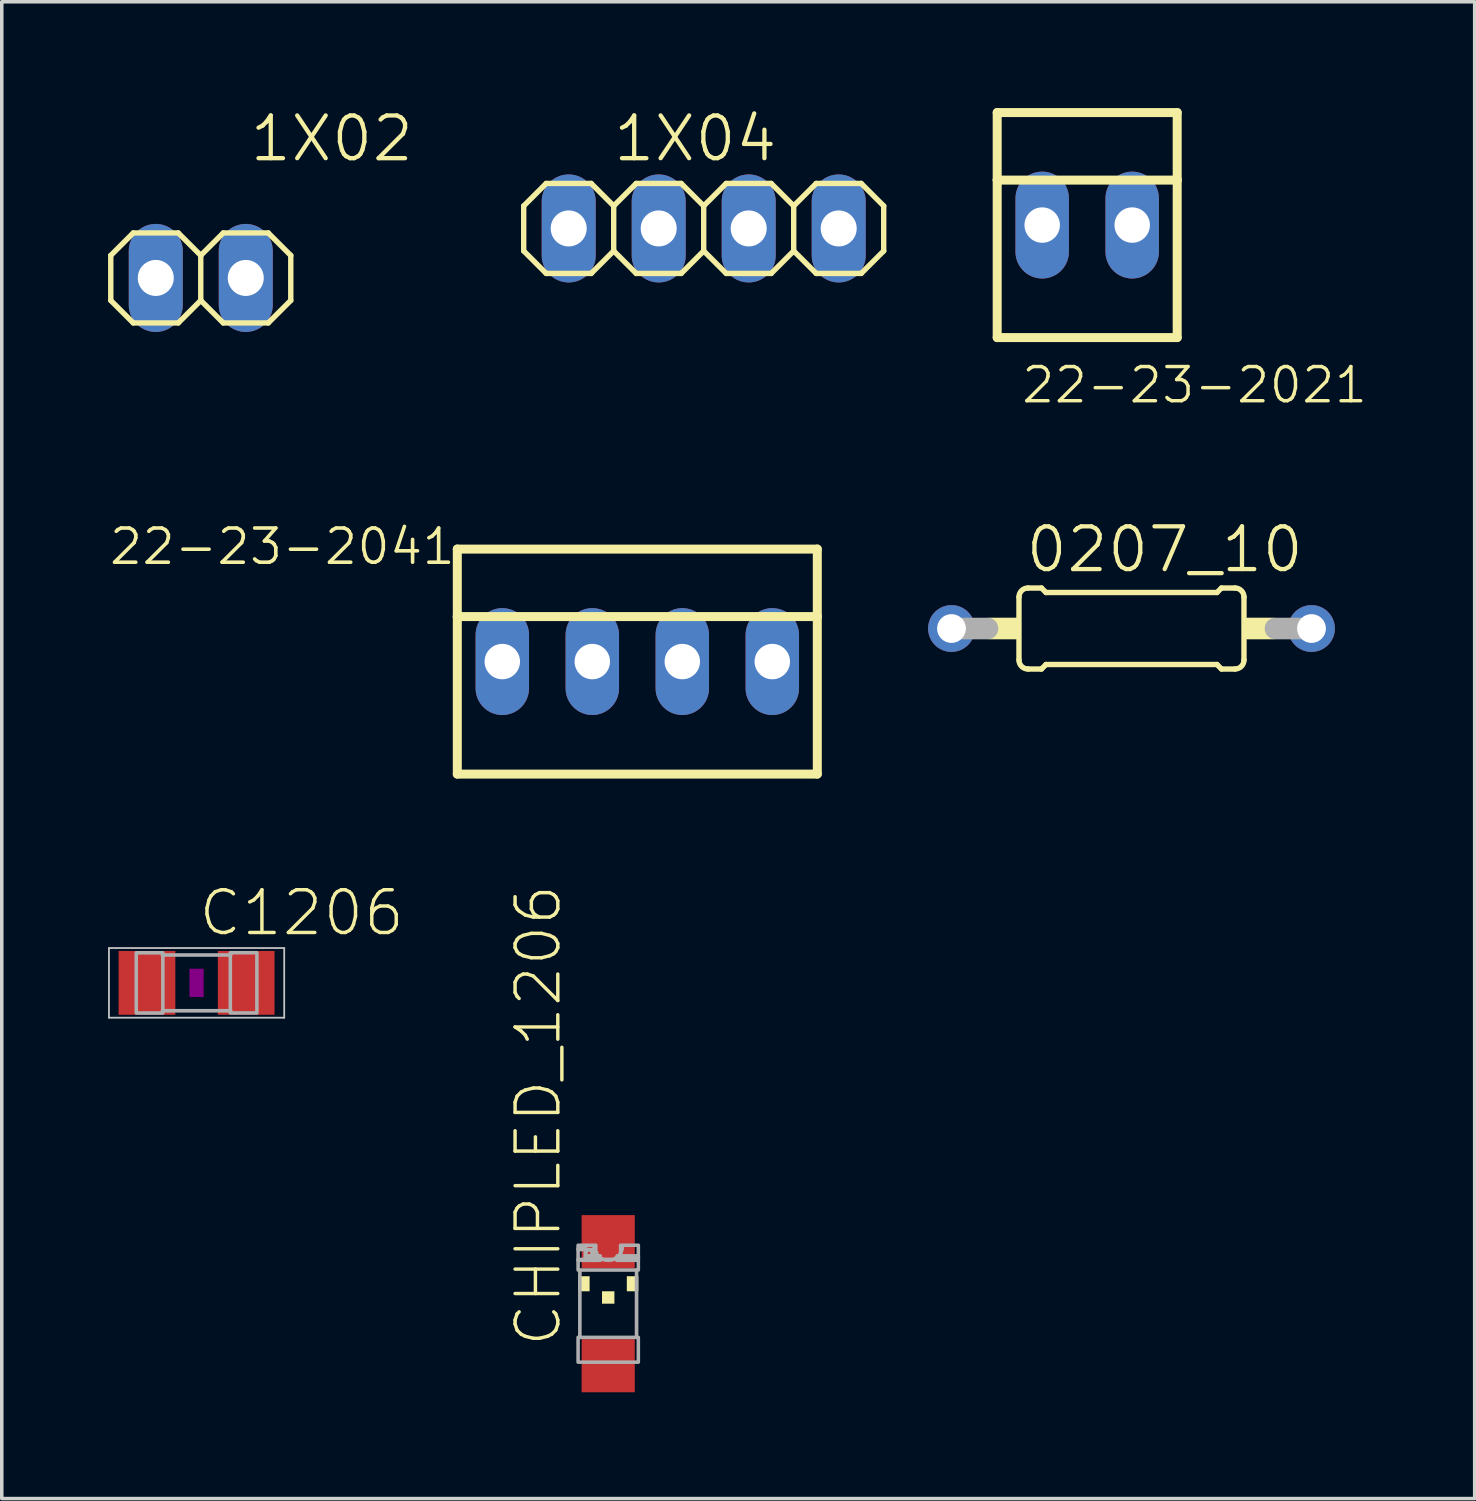
<source format=kicad_pcb>
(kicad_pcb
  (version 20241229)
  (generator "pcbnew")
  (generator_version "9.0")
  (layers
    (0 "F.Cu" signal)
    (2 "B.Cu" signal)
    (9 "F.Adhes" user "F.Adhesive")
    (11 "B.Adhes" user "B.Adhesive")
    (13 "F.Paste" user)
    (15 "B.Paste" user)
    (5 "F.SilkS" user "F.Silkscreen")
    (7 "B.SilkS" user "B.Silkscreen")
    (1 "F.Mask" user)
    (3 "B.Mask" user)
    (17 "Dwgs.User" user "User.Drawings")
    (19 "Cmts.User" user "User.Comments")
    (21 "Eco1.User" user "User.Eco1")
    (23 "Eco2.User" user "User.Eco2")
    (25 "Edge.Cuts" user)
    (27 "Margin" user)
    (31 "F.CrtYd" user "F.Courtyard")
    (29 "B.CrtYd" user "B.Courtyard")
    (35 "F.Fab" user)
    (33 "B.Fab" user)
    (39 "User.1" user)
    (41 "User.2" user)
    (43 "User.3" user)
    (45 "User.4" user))
  (footprint "CHIPLED_1206"
    (layer "F.Cu")
    (at 14.115 33.743)
    (property "Reference" "CHIPLED_1206" (at -1.27 1.27 90) (layer "F.SilkS") (effects (font (size 1.206 1.206) (thickness 0.097)) (justify left bottom)))
    (attr through_hole)
    (fp_poly (pts (xy -0.85 -0.35) (xy -0.525 -0.35) (xy -0.525 -0.775) (xy -0.85 -0.775)) (stroke (width 0) (type solid)) (fill yes) (layer "F.SilkS"))
    (fp_poly (pts (xy -0.175 0) (xy 0.175 0) (xy 0.175 -0.35) (xy -0.175 -0.35)) (stroke (width 0) (type solid)) (fill yes) (layer "F.SilkS"))
    (fp_poly (pts (xy 0.525 -0.35) (xy 0.85 -0.35) (xy 0.85 -0.775) (xy 0.525 -0.775)) (stroke (width 0) (type solid)) (fill yes) (layer "F.SilkS"))
    (fp_line (start -0.8 0.95) (end -0.8 -0.95) (stroke (width 0.102) (type solid)) (layer "F.Fab"))
    (fp_line (start 0.8 -0.95) (end 0.8 0.95) (stroke (width 0.102) (type solid)) (layer "F.Fab"))
    (fp_arc (start 0.4 -1.599998) (mid -0.000001 -1.224968) (end -0.4 -1.6) (stroke (width 0.1016) (type solid)) (layer "F.Fab"))
    (fp_circle (center -0.55 -1.425) (end -0.45 -1.425) (stroke (width 0.102) (type solid)) (fill no) (layer "F.Fab"))
    (fp_poly (pts (xy -0.85 -1.525) (xy -0.35 -1.525) (xy -0.35 -1.65) (xy -0.85 -1.65)) (stroke (width 0.1) (type solid)) (fill no) (layer "F.Fab"))
    (fp_poly (pts (xy -0.85 -1.225) (xy -0.625 -1.225) (xy -0.625 -1.55) (xy -0.85 -1.55)) (stroke (width 0.1) (type solid)) (fill no) (layer "F.Fab"))
    (fp_poly (pts (xy -0.85 -0.95) (xy 0.85 -0.95) (xy 0.85 -1.25) (xy -0.85 -1.25)) (stroke (width 0.1) (type solid)) (fill no) (layer "F.Fab"))
    (fp_poly (pts (xy -0.85 1.65) (xy 0.85 1.65) (xy 0.85 0.95) (xy -0.85 0.95)) (stroke (width 0.1) (type solid)) (fill no) (layer "F.Fab"))
    (fp_poly (pts (xy -0.65 -1.225) (xy -0.225 -1.225) (xy -0.225 -1.35) (xy -0.65 -1.35)) (stroke (width 0.1) (type solid)) (fill no) (layer "F.Fab"))
    (fp_poly (pts (xy -0.45 -1.225) (xy -0.325 -1.225) (xy -0.325 -1.45) (xy -0.45 -1.45)) (stroke (width 0.1) (type solid)) (fill no) (layer "F.Fab"))
    (fp_poly (pts (xy 0.25 -1.225) (xy 0.85 -1.225) (xy 0.85 -1.35) (xy 0.25 -1.35)) (stroke (width 0.1) (type solid)) (fill no) (layer "F.Fab"))
    (fp_poly (pts (xy 0.35 -1.3) (xy 0.85 -1.3) (xy 0.85 -1.65) (xy 0.35 -1.65)) (stroke (width 0.1) (type solid)) (fill no) (layer "F.Fab"))
    (pad "A" smd rect (at 0 1.75) (size 1.5 1.5) (layers "F.Cu" "F.Mask" "F.Paste"))
    (pad "C" smd rect (at 0 -1.75) (size 1.5 1.5) (layers "F.Cu" "F.Mask" "F.Paste")))
  (footprint "1X04"
    (layer "F.Cu")
    (at 16.81 3.397)
    (property "Reference" "1X04" (at -2.616 -1.829 0) (layer "F.SilkS") (effects (font (size 1.206 1.206) (thickness 0.121)) (justify left bottom)))
    (attr through_hole)
    (fp_line (start -5.08 -0.635) (end -5.08 0.635) (stroke (width 0.152) (type solid)) (layer "F.SilkS"))
    (fp_line (start -5.08 0.635) (end -4.445 1.27) (stroke (width 0.152) (type solid)) (layer "F.SilkS"))
    (fp_line (start -4.445 -1.27) (end -5.08 -0.635) (stroke (width 0.152) (type solid)) (layer "F.SilkS"))
    (fp_line (start -4.445 -1.27) (end -3.175 -1.27) (stroke (width 0.152) (type solid)) (layer "F.SilkS"))
    (fp_line (start -3.175 -1.27) (end -2.54 -0.635) (stroke (width 0.152) (type solid)) (layer "F.SilkS"))
    (fp_line (start -3.175 1.27) (end -4.445 1.27) (stroke (width 0.152) (type solid)) (layer "F.SilkS"))
    (fp_line (start -2.54 -0.635) (end -2.54 0.635) (stroke (width 0.152) (type solid)) (layer "F.SilkS"))
    (fp_line (start -2.54 -0.635) (end -1.905 -1.27) (stroke (width 0.152) (type solid)) (layer "F.SilkS"))
    (fp_line (start -2.54 0.635) (end -3.175 1.27) (stroke (width 0.152) (type solid)) (layer "F.SilkS"))
    (fp_line (start -1.905 -1.27) (end -0.635 -1.27) (stroke (width 0.152) (type solid)) (layer "F.SilkS"))
    (fp_line (start -1.905 1.27) (end -2.54 0.635) (stroke (width 0.152) (type solid)) (layer "F.SilkS"))
    (fp_line (start -0.635 -1.27) (end 0 -0.635) (stroke (width 0.152) (type solid)) (layer "F.SilkS"))
    (fp_line (start -0.635 1.27) (end -1.905 1.27) (stroke (width 0.152) (type solid)) (layer "F.SilkS"))
    (fp_line (start 0 -0.635) (end 0 0.635) (stroke (width 0.152) (type solid)) (layer "F.SilkS"))
    (fp_line (start 0 -0.635) (end 0.635 -1.27) (stroke (width 0.152) (type solid)) (layer "F.SilkS"))
    (fp_line (start 0 0.635) (end -0.635 1.27) (stroke (width 0.152) (type solid)) (layer "F.SilkS"))
    (fp_line (start 0.635 -1.27) (end 1.905 -1.27) (stroke (width 0.152) (type solid)) (layer "F.SilkS"))
    (fp_line (start 0.635 1.27) (end 0 0.635) (stroke (width 0.152) (type solid)) (layer "F.SilkS"))
    (fp_line (start 1.905 -1.27) (end 2.54 -0.635) (stroke (width 0.152) (type solid)) (layer "F.SilkS"))
    (fp_line (start 1.905 1.27) (end 0.635 1.27) (stroke (width 0.152) (type solid)) (layer "F.SilkS"))
    (fp_line (start 2.54 -0.635) (end 2.54 0.635) (stroke (width 0.152) (type solid)) (layer "F.SilkS"))
    (fp_line (start 2.54 0.635) (end 1.905 1.27) (stroke (width 0.152) (type solid)) (layer "F.SilkS"))
    (fp_line (start 2.54 0.635) (end 3.175 1.27) (stroke (width 0.152) (type solid)) (layer "F.SilkS"))
    (fp_line (start 3.175 -1.27) (end 2.54 -0.635) (stroke (width 0.152) (type solid)) (layer "F.SilkS"))
    (fp_line (start 3.175 -1.27) (end 4.445 -1.27) (stroke (width 0.152) (type solid)) (layer "F.SilkS"))
    (fp_line (start 4.445 -1.27) (end 5.08 -0.635) (stroke (width 0.152) (type solid)) (layer "F.SilkS"))
    (fp_line (start 4.445 1.27) (end 3.175 1.27) (stroke (width 0.152) (type solid)) (layer "F.SilkS"))
    (fp_line (start 5.08 -0.635) (end 5.08 0.635) (stroke (width 0.152) (type solid)) (layer "F.SilkS"))
    (fp_line (start 5.08 0.635) (end 4.445 1.27) (stroke (width 0.152) (type solid)) (layer "F.SilkS"))
    (fp_poly (pts (xy -4.064 0.254) (xy -3.556 0.254) (xy -3.556 -0.254) (xy -4.064 -0.254)) (stroke (width 0.1) (type solid)) (fill no) (layer "F.Fab"))
    (fp_poly (pts (xy -1.524 0.254) (xy -1.016 0.254) (xy -1.016 -0.254) (xy -1.524 -0.254)) (stroke (width 0.1) (type solid)) (fill no) (layer "F.Fab"))
    (fp_poly (pts (xy 1.016 0.254) (xy 1.524 0.254) (xy 1.524 -0.254) (xy 1.016 -0.254)) (stroke (width 0.1) (type solid)) (fill no) (layer "F.Fab"))
    (fp_poly (pts (xy 3.556 0.254) (xy 4.064 0.254) (xy 4.064 -0.254) (xy 3.556 -0.254)) (stroke (width 0.1) (type solid)) (fill no) (layer "F.Fab"))
    (pad "1" thru_hole oval (at -3.81 0 90) (size 3.048 1.524) (drill 1.016) (layers "*.Cu" "*.Mask"))
    (pad "2" thru_hole oval (at -1.27 0 90) (size 3.048 1.524) (drill 1.016) (layers "*.Cu" "*.Mask"))
    (pad "3" thru_hole oval (at 1.27 0 90) (size 3.048 1.524) (drill 1.016) (layers "*.Cu" "*.Mask"))
    (pad "4" thru_hole oval (at 3.81 0 90) (size 3.048 1.524) (drill 1.016) (layers "*.Cu" "*.Mask")))
  (footprint "22-23-2041"
    (layer "F.Cu")
    (at 14.936 15.621)
    (property "Reference" "22-23-2041" (at -5.08 -3.81 0) (layer "F.SilkS") (effects (font (size 0.965 0.965) (thickness 0.102)) (justify right top)))
    (attr through_hole)
    (fp_line (start -5.08 -3.175) (end 5.08 -3.175) (stroke (width 0.254) (type solid)) (layer "F.SilkS"))
    (fp_line (start -5.08 -1.27) (end -5.08 -3.175) (stroke (width 0.254) (type solid)) (layer "F.SilkS"))
    (fp_line (start -5.08 -1.27) (end 5.08 -1.27) (stroke (width 0.254) (type solid)) (layer "F.SilkS"))
    (fp_line (start -5.08 3.175) (end -5.08 -1.27) (stroke (width 0.254) (type solid)) (layer "F.SilkS"))
    (fp_line (start 5.08 -3.175) (end 5.08 -1.27) (stroke (width 0.254) (type solid)) (layer "F.SilkS"))
    (fp_line (start 5.08 -1.27) (end 5.08 3.175) (stroke (width 0.254) (type solid)) (layer "F.SilkS"))
    (fp_line (start 5.08 3.175) (end -5.08 3.175) (stroke (width 0.254) (type solid)) (layer "F.SilkS"))
    (pad "1" thru_hole oval (at -3.81 0 90) (size 3.016 1.508) (drill 1) (layers "*.Cu" "*.Mask"))
    (pad "2" thru_hole oval (at -1.27 0 90) (size 3.016 1.508) (drill 1) (layers "*.Cu" "*.Mask"))
    (pad "3" thru_hole oval (at 1.27 0 90) (size 3.016 1.508) (drill 1) (layers "*.Cu" "*.Mask"))
    (pad "4" thru_hole oval (at 3.81 0 90) (size 3.016 1.508) (drill 1) (layers "*.Cu" "*.Mask")))
  (footprint "0207_10"
    (layer "F.Cu")
    (at 28.883 14.688)
    (property "Reference" "0207_10" (at -3.048 -1.524 0) (layer "F.SilkS") (effects (font (size 1.206 1.206) (thickness 0.121)) (justify left bottom)))
    (attr through_hole)
    (fp_line (start -3.175 0.889) (end -3.175 -0.889) (stroke (width 0.152) (type solid)) (layer "F.SilkS"))
    (fp_line (start -2.921 -1.143) (end -2.54 -1.143) (stroke (width 0.152) (type solid)) (layer "F.SilkS"))
    (fp_line (start -2.921 1.143) (end -2.54 1.143) (stroke (width 0.152) (type solid)) (layer "F.SilkS"))
    (fp_line (start -2.413 -1.016) (end -2.54 -1.143) (stroke (width 0.152) (type solid)) (layer "F.SilkS"))
    (fp_line (start -2.413 1.016) (end -2.54 1.143) (stroke (width 0.152) (type solid)) (layer "F.SilkS"))
    (fp_line (start 2.413 -1.016) (end -2.413 -1.016) (stroke (width 0.152) (type solid)) (layer "F.SilkS"))
    (fp_line (start 2.413 -1.016) (end 2.54 -1.143) (stroke (width 0.152) (type solid)) (layer "F.SilkS"))
    (fp_line (start 2.413 1.016) (end -2.413 1.016) (stroke (width 0.152) (type solid)) (layer "F.SilkS"))
    (fp_line (start 2.413 1.016) (end 2.54 1.143) (stroke (width 0.152) (type solid)) (layer "F.SilkS"))
    (fp_line (start 2.921 -1.143) (end 2.54 -1.143) (stroke (width 0.152) (type solid)) (layer "F.SilkS"))
    (fp_line (start 2.921 1.143) (end 2.54 1.143) (stroke (width 0.152) (type solid)) (layer "F.SilkS"))
    (fp_line (start 3.175 0.889) (end 3.175 -0.889) (stroke (width 0.152) (type solid)) (layer "F.SilkS"))
    (fp_arc (start -3.175 -0.889) (mid -3.100605 -1.068605) (end -2.921 -1.143) (stroke (width 0.1524) (type solid)) (layer "F.SilkS"))
    (fp_arc (start -2.921 1.143) (mid -3.100605 1.068605) (end -3.175 0.889) (stroke (width 0.1524) (type solid)) (layer "F.SilkS"))
    (fp_arc (start 2.921 -1.143) (mid 3.100605 -1.068605) (end 3.175 -0.889) (stroke (width 0.1524) (type solid)) (layer "F.SilkS"))
    (fp_arc (start 3.175 0.889) (mid 3.100605 1.068605) (end 2.921 1.143) (stroke (width 0.1524) (type solid)) (layer "F.SilkS"))
    (fp_poly (pts (xy -4.039 0.305) (xy -3.175 0.305) (xy -3.175 -0.305) (xy -4.039 -0.305)) (stroke (width 0) (type solid)) (fill yes) (layer "F.SilkS"))
    (fp_poly (pts (xy 3.175 0.305) (xy 4.039 0.305) (xy 4.039 -0.305) (xy 3.175 -0.305)) (stroke (width 0) (type solid)) (fill yes) (layer "F.SilkS"))
    (fp_line (start -5.08 0) (end -4.064 0) (stroke (width 0.61) (type solid)) (layer "F.Fab"))
    (fp_line (start 5.08 0) (end 4.064 0) (stroke (width 0.61) (type solid)) (layer "F.Fab"))
    (pad "1" thru_hole circle (at -5.08 0) (size 1.321 1.321) (drill 0.813) (layers "*.Cu" "*.Mask"))
    (pad "2" thru_hole circle (at 5.08 0) (size 1.321 1.321) (drill 0.813) (layers "*.Cu" "*.Mask")))
  (footprint "1X02"
    (layer "F.Cu")
    (at 2.616 4.794)
    (property "Reference" "1X02" (at 1.321 -3.226 180) (layer "F.SilkS") (effects (font (size 1.206 1.206) (thickness 0.121)) (justify left bottom)))
    (attr through_hole)
    (fp_line (start -2.54 -0.635) (end -2.54 0.635) (stroke (width 0.152) (type solid)) (layer "F.SilkS"))
    (fp_line (start -2.54 0.635) (end -1.905 1.27) (stroke (width 0.152) (type solid)) (layer "F.SilkS"))
    (fp_line (start -1.905 -1.27) (end -2.54 -0.635) (stroke (width 0.152) (type solid)) (layer "F.SilkS"))
    (fp_line (start -1.905 -1.27) (end -0.635 -1.27) (stroke (width 0.152) (type solid)) (layer "F.SilkS"))
    (fp_line (start -0.635 -1.27) (end 0 -0.635) (stroke (width 0.152) (type solid)) (layer "F.SilkS"))
    (fp_line (start -0.635 1.27) (end -1.905 1.27) (stroke (width 0.152) (type solid)) (layer "F.SilkS"))
    (fp_line (start 0 -0.635) (end 0 0.635) (stroke (width 0.152) (type solid)) (layer "F.SilkS"))
    (fp_line (start 0 -0.635) (end 0.635 -1.27) (stroke (width 0.152) (type solid)) (layer "F.SilkS"))
    (fp_line (start 0 0.635) (end -0.635 1.27) (stroke (width 0.152) (type solid)) (layer "F.SilkS"))
    (fp_line (start 0.635 -1.27) (end 1.905 -1.27) (stroke (width 0.152) (type solid)) (layer "F.SilkS"))
    (fp_line (start 0.635 1.27) (end 0 0.635) (stroke (width 0.152) (type solid)) (layer "F.SilkS"))
    (fp_line (start 1.905 -1.27) (end 2.54 -0.635) (stroke (width 0.152) (type solid)) (layer "F.SilkS"))
    (fp_line (start 1.905 1.27) (end 0.635 1.27) (stroke (width 0.152) (type solid)) (layer "F.SilkS"))
    (fp_line (start 2.54 -0.635) (end 2.54 0.635) (stroke (width 0.152) (type solid)) (layer "F.SilkS"))
    (fp_line (start 2.54 0.635) (end 1.905 1.27) (stroke (width 0.152) (type solid)) (layer "F.SilkS"))
    (fp_poly (pts (xy -1.524 0.254) (xy -1.016 0.254) (xy -1.016 -0.254) (xy -1.524 -0.254)) (stroke (width 0.1) (type solid)) (fill no) (layer "F.Fab"))
    (fp_poly (pts (xy 1.016 0.254) (xy 1.524 0.254) (xy 1.524 -0.254) (xy 1.016 -0.254)) (stroke (width 0.1) (type solid)) (fill no) (layer "F.Fab"))
    (pad "1" thru_hole oval (at -1.27 0 90) (size 3.048 1.524) (drill 1.016) (layers "*.Cu" "*.Mask"))
    (pad "2" thru_hole oval (at 1.27 0 90) (size 3.048 1.524) (drill 1.016) (layers "*.Cu" "*.Mask")))
  (footprint "C1206"
    (layer "F.Cu")
    (at 2.498 24.689)
    (property "Reference" "C1206" (at 0 -1.27 0) (layer "F.SilkS") (effects (font (size 1.206 1.206) (thickness 0.097)) (justify left bottom)))
    (attr through_hole)
    (fp_poly (pts (xy -0.2 0.4) (xy 0.2 0.4) (xy 0.2 -0.4) (xy -0.2 -0.4)) (stroke (width 0) (type solid)) (fill yes) (layer "F.Adhes"))
    (fp_line (start -2.473 -0.983) (end 2.473 -0.983) (stroke (width 0.051) (type solid)) (layer "Dwgs.User"))
    (fp_line (start -2.473 0.983) (end -2.473 -0.983) (stroke (width 0.051) (type solid)) (layer "Dwgs.User"))
    (fp_line (start 2.473 -0.983) (end 2.473 0.983) (stroke (width 0.051) (type solid)) (layer "Dwgs.User"))
    (fp_line (start 2.473 0.983) (end -2.473 0.983) (stroke (width 0.051) (type solid)) (layer "Dwgs.User"))
    (fp_line (start -0.965 -0.787) (end 0.965 -0.787) (stroke (width 0.102) (type solid)) (layer "F.Fab"))
    (fp_line (start -0.965 0.787) (end 0.965 0.787) (stroke (width 0.102) (type solid)) (layer "F.Fab"))
    (fp_poly (pts (xy -1.702 0.851) (xy -0.952 0.851) (xy -0.952 -0.849) (xy -1.702 -0.849)) (stroke (width 0.1) (type solid)) (fill no) (layer "F.Fab"))
    (fp_poly (pts (xy 0.952 0.849) (xy 1.702 0.849) (xy 1.702 -0.851) (xy 0.952 -0.851)) (stroke (width 0.1) (type solid)) (fill no) (layer "F.Fab"))
    (pad "1" smd rect (at -1.4 0) (size 1.6 1.8) (layers "F.Cu" "F.Mask" "F.Paste"))
    (pad "2" smd rect (at 1.4 0) (size 1.6 1.8) (layers "F.Cu" "F.Mask" "F.Paste")))
  (footprint "22-23-2021"
    (layer "F.Cu")
    (at 27.633 3.302)
    (property "Reference" "22-23-2021" (at -1.905 5.08 180) (layer "F.SilkS") (effects (font (size 0.965 0.965) (thickness 0.097)) (justify left bottom)))
    (attr through_hole)
    (fp_line (start -2.54 -3.175) (end 2.54 -3.175) (stroke (width 0.254) (type solid)) (layer "F.SilkS"))
    (fp_line (start -2.54 -1.27) (end -2.54 -3.175) (stroke (width 0.254) (type solid)) (layer "F.SilkS"))
    (fp_line (start -2.54 -1.27) (end 2.54 -1.27) (stroke (width 0.254) (type solid)) (layer "F.SilkS"))
    (fp_line (start -2.54 3.175) (end -2.54 -1.27) (stroke (width 0.254) (type solid)) (layer "F.SilkS"))
    (fp_line (start 2.54 -3.175) (end 2.54 -1.27) (stroke (width 0.254) (type solid)) (layer "F.SilkS"))
    (fp_line (start 2.54 -1.27) (end 2.54 3.175) (stroke (width 0.254) (type solid)) (layer "F.SilkS"))
    (fp_line (start 2.54 3.175) (end -2.54 3.175) (stroke (width 0.254) (type solid)) (layer "F.SilkS"))
    (pad "1" thru_hole oval (at -1.27 0 90) (size 3.016 1.508) (drill 1) (layers "*.Cu" "*.Mask"))
    (pad "2" thru_hole oval (at 1.27 0 90) (size 3.016 1.508) (drill 1) (layers "*.Cu" "*.Mask")))
  (gr_rect
    (start -3 -3)
    (end 38.569 39.243)
    (stroke (width 0.1) (type default))
    (fill no)
    (layer "Edge.Cuts")))
</source>
